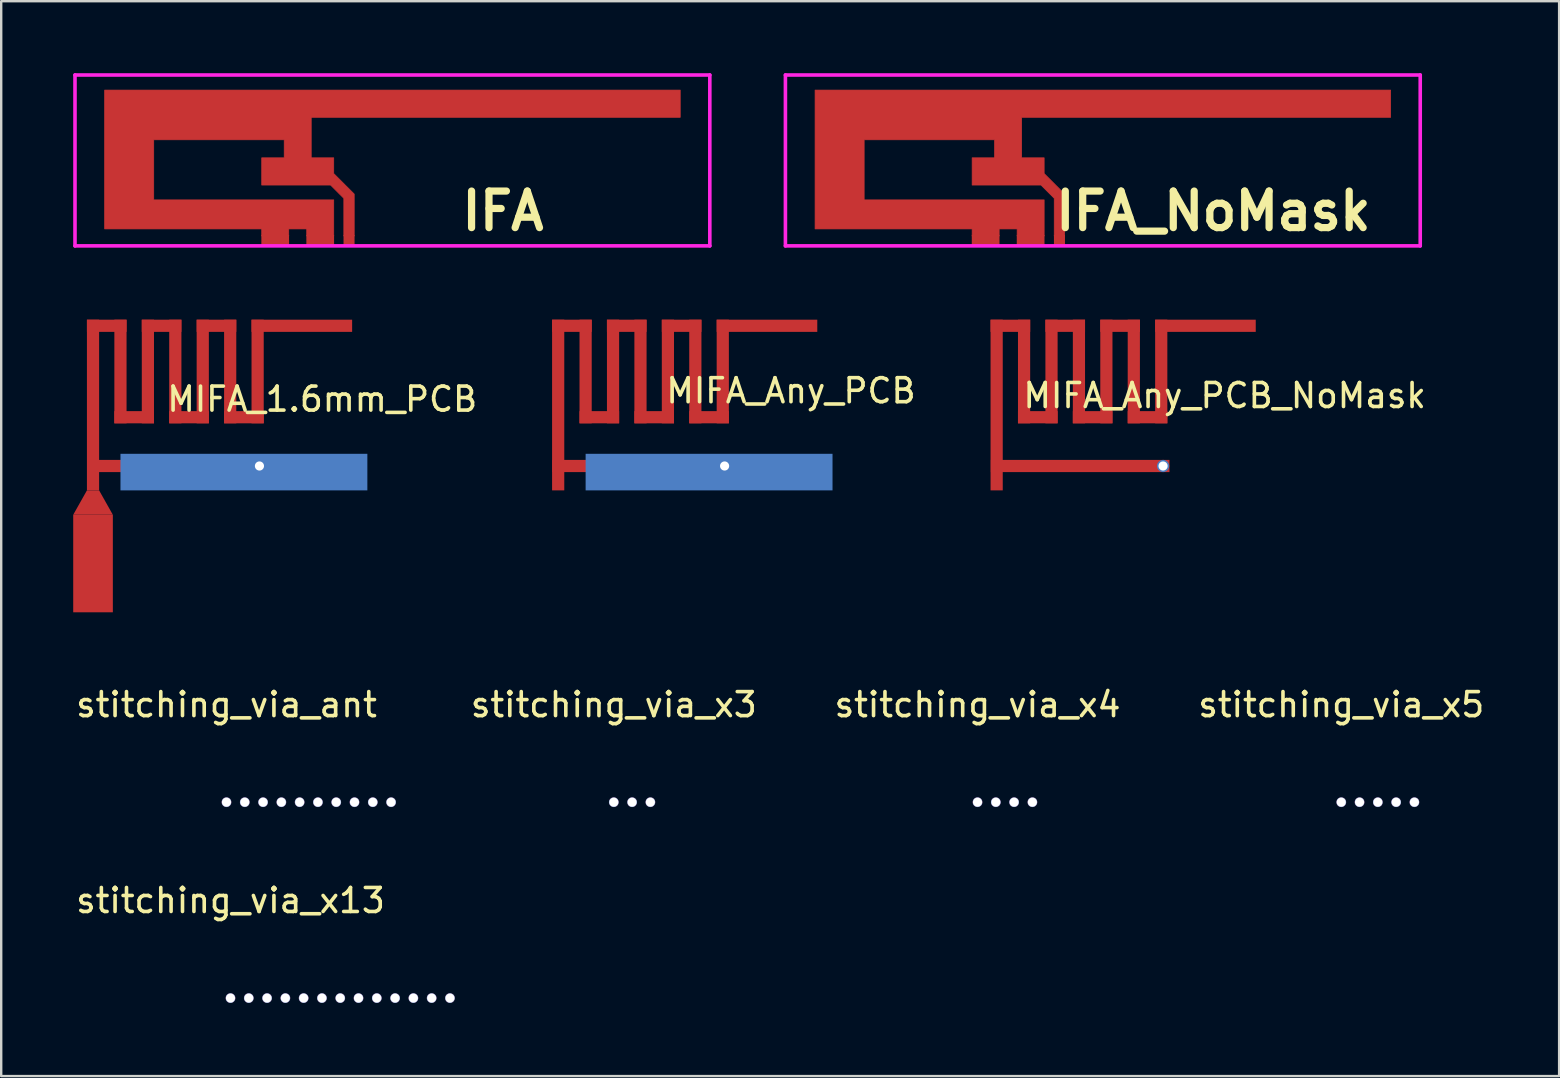
<source format=kicad_pcb>
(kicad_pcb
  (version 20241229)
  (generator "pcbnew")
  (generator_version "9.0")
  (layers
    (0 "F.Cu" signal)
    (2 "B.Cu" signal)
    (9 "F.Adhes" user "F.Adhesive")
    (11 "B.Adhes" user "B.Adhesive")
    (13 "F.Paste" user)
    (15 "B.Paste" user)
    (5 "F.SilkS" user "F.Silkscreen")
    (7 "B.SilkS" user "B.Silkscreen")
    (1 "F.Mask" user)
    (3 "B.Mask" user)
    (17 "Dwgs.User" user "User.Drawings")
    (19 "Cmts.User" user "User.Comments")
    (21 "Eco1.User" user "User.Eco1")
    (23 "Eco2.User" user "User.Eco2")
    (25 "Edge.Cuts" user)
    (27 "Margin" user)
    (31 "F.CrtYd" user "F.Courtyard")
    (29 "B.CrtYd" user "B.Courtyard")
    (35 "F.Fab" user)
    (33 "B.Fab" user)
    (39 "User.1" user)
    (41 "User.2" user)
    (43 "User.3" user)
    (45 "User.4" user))
  (footprint "stitching_via_x13"
    (layer "F.Cu")
    (at 6.554 38.536)
    (property "Reference" "stitching_via_x13" (at 0 -4.064 0) (layer "F.SilkS") (effects (font (size 1 1) (thickness 0.15))))
    (attr through_hole)
    (pad "1" thru_hole circle (at 0 0) (size 0.406 0.406) (drill 0.381) (layers "*.Cu" "*.Mask"))
    (pad "1" thru_hole circle (at 0.762 0) (size 0.406 0.406) (drill 0.381) (layers "*.Cu" "*.Mask"))
    (pad "1" thru_hole circle (at 1.524 0) (size 0.406 0.406) (drill 0.381) (layers "*.Cu" "*.Mask"))
    (pad "1" thru_hole circle (at 2.286 0) (size 0.406 0.406) (drill 0.381) (layers "*.Cu" "*.Mask"))
    (pad "1" thru_hole circle (at 3.048 0) (size 0.406 0.406) (drill 0.381) (layers "*.Cu" "*.Mask"))
    (pad "1" thru_hole circle (at 3.81 0) (size 0.406 0.406) (drill 0.381) (layers "*.Cu" "*.Mask"))
    (pad "1" thru_hole circle (at 4.572 0) (size 0.406 0.406) (drill 0.381) (layers "*.Cu" "*.Mask"))
    (pad "1" thru_hole circle (at 5.334 0) (size 0.406 0.406) (drill 0.381) (layers "*.Cu" "*.Mask"))
    (pad "1" thru_hole circle (at 6.096 0) (size 0.406 0.406) (drill 0.381) (layers "*.Cu" "*.Mask"))
    (pad "1" thru_hole circle (at 6.858 0) (size 0.406 0.406) (drill 0.381) (layers "*.Cu" "*.Mask"))
    (pad "1" thru_hole circle (at 7.62 0) (size 0.406 0.406) (drill 0.381) (layers "*.Cu" "*.Mask"))
    (pad "1" thru_hole circle (at 8.382 0) (size 0.406 0.406) (drill 0.381) (layers "*.Cu" "*.Mask"))
    (pad "1" thru_hole circle (at 9.144 0) (size 0.406 0.406) (drill 0.381) (layers "*.Cu" "*.Mask")))
  (footprint "MIFA_Any_PCB"
    (layer "F.Cu")
    (at 20.207 17.382)
    (property "Reference" "MIFA_Any_PCB" (at 9.7 -4.15 180) (layer "F.SilkS") (effects (font (size 1 1) (thickness 0.15))))
    (attr through_hole)
    (pad "1" smd rect (at 0 -3.556) (size 0.508 7.112) (layers "F.Cu" "F.Mask"))
    (pad "1" smd rect (at 0.572 -6.858) (size 1.651 0.508) (layers "F.Cu" "F.Mask"))
    (pad "1" smd rect (at 1.143 -4.953) (size 0.508 4.318) (layers "F.Cu" "F.Mask"))
    (pad "1" smd rect (at 1.714 -3.048) (size 1.651 0.508) (layers "F.Cu" "F.Mask"))
    (pad "1" smd rect (at 2.286 -4.953) (size 0.508 4.318) (layers "F.Cu" "F.Mask"))
    (pad "1" smd rect (at 2.857 -6.858) (size 1.651 0.508) (layers "F.Cu" "F.Mask"))
    (pad "1" smd rect (at 3.429 -4.953) (size 0.508 4.318) (layers "F.Cu" "F.Mask"))
    (pad "1" smd rect (at 3.48 -1.016) (size 7.442 0.508) (layers "F.Cu" "F.Mask"))
    (pad "1" smd rect (at 4 -3.048) (size 1.651 0.508) (layers "F.Cu" "F.Mask"))
    (pad "1" smd rect (at 4.572 -4.953) (size 0.508 4.318) (layers "F.Cu" "F.Mask"))
    (pad "1" smd rect (at 5.144 -6.858) (size 1.651 0.508) (layers "F.Cu" "F.Mask"))
    (pad "1" smd rect (at 5.715 -4.953) (size 0.508 4.318) (layers "F.Cu" "F.Mask"))
    (pad "1" smd rect (at 6.287 -3.048) (size 1.651 0.508) (layers "F.Cu" "F.Mask"))
    (pad "1" smd rect (at 6.858 -4.953) (size 0.508 4.318) (layers "F.Cu" "F.Mask"))
    (pad "1" smd rect (at 8.7 -6.858) (size 4.191 0.508) (layers "F.Cu" "F.Mask"))
    (pad "2" smd rect (at 6.287 -0.762) (size 10.287 1.524) (layers "B.Cu"))
    (pad "2" thru_hole circle (at 6.934 -1.016) (size 0.508 0.508) (drill 0.381) (layers "*.Cu" "*.Mask")))
  (footprint "stitching_via_x3"
    (layer "F.Cu")
    (at 22.525 30.374)
    (property "Reference" "stitching_via_x3" (at 0 -4.064 0) (layer "F.SilkS") (effects (font (size 1 1) (thickness 0.15))))
    (attr through_hole)
    (pad "1" thru_hole circle (at 0 0) (size 0.406 0.406) (drill 0.381) (layers "*.Cu" "*.Mask"))
    (pad "1" thru_hole circle (at 0.762 0) (size 0.406 0.406) (drill 0.381) (layers "*.Cu" "*.Mask"))
    (pad "1" thru_hole circle (at 1.524 0) (size 0.406 0.406) (drill 0.381) (layers "*.Cu" "*.Mask")))
  (footprint "MIFA_Any_PCB_NoMask"
    (layer "F.Cu")
    (at 38.476 17.382)
    (property "Reference" "MIFA_Any_PCB_NoMask" (at 9.5 -3.95 0) (layer "F.SilkS") (effects (font (size 1 1) (thickness 0.15))))
    (attr through_hole)
    (pad "1" smd rect (at 0 -3.556) (size 0.508 7.112) (layers "F.Cu" "F.Mask"))
    (pad "1" smd rect (at 0.572 -6.858) (size 1.651 0.508) (layers "F.Cu" "F.Mask"))
    (pad "1" smd rect (at 1.143 -4.953) (size 0.508 4.318) (layers "F.Cu" "F.Mask"))
    (pad "1" smd rect (at 1.714 -3.048) (size 1.651 0.508) (layers "F.Cu" "F.Mask"))
    (pad "1" smd rect (at 2.286 -4.953) (size 0.508 4.318) (layers "F.Cu" "F.Mask"))
    (pad "1" smd rect (at 2.857 -6.858) (size 1.651 0.508) (layers "F.Cu" "F.Mask"))
    (pad "1" smd rect (at 3.429 -4.953) (size 0.508 4.318) (layers "F.Cu" "F.Mask"))
    (pad "1" smd rect (at 3.48 -1.016) (size 7.442 0.508) (layers "F.Cu" "F.Mask"))
    (pad "1" smd rect (at 4 -3.048) (size 1.651 0.508) (layers "F.Cu" "F.Mask"))
    (pad "1" smd rect (at 4.572 -4.953) (size 0.508 4.318) (layers "F.Cu" "F.Mask"))
    (pad "1" smd rect (at 5.144 -6.858) (size 1.651 0.508) (layers "F.Cu" "F.Mask"))
    (pad "1" smd rect (at 5.715 -4.953) (size 0.508 4.318) (layers "F.Cu" "F.Mask"))
    (pad "1" smd rect (at 6.287 -3.048) (size 1.651 0.508) (layers "F.Cu" "F.Mask"))
    (pad "1" smd rect (at 6.858 -4.953) (size 0.508 4.318) (layers "F.Cu" "F.Mask"))
    (pad "1" smd rect (at 8.7 -6.858) (size 4.191 0.508) (layers "F.Cu" "F.Mask"))
    (pad "2" thru_hole circle (at 6.934 -1.016) (size 0.508 0.508) (drill 0.381) (layers "*.Cu")))
  (footprint "stitching_via_ant"
    (layer "F.Cu")
    (at 6.387 30.374)
    (property "Reference" "stitching_via_ant" (at 0 -4.064 0) (layer "F.SilkS") (effects (font (size 1 1) (thickness 0.15))))
    (attr through_hole)
    (pad "1" thru_hole circle (at 0 0) (size 0.406 0.406) (drill 0.381) (layers "*.Cu" "*.Mask"))
    (pad "1" thru_hole circle (at 0.762 0) (size 0.406 0.406) (drill 0.381) (layers "*.Cu" "*.Mask"))
    (pad "1" thru_hole circle (at 1.524 0) (size 0.406 0.406) (drill 0.381) (layers "*.Cu" "*.Mask"))
    (pad "1" thru_hole circle (at 2.286 0) (size 0.406 0.406) (drill 0.381) (layers "*.Cu" "*.Mask"))
    (pad "1" thru_hole circle (at 3.048 0) (size 0.406 0.406) (drill 0.381) (layers "*.Cu" "*.Mask"))
    (pad "1" thru_hole circle (at 3.81 0) (size 0.406 0.406) (drill 0.381) (layers "*.Cu" "*.Mask"))
    (pad "1" thru_hole circle (at 4.572 0) (size 0.406 0.406) (drill 0.381) (layers "*.Cu" "*.Mask"))
    (pad "1" thru_hole circle (at 5.334 0) (size 0.406 0.406) (drill 0.381) (layers "*.Cu" "*.Mask"))
    (pad "1" thru_hole circle (at 6.096 0) (size 0.406 0.406) (drill 0.381) (layers "*.Cu" "*.Mask"))
    (pad "1" thru_hole circle (at 6.858 0) (size 0.406 0.406) (drill 0.381) (layers "*.Cu" "*.Mask")))
  (footprint "stitching_via_x5"
    (layer "F.Cu")
    (at 52.835 30.374)
    (property "Reference" "stitching_via_x5" (at 0 -4.064 0) (layer "F.SilkS") (effects (font (size 1 1) (thickness 0.15))))
    (attr through_hole)
    (pad "1" thru_hole circle (at 0 0) (size 0.406 0.406) (drill 0.381) (layers "*.Cu" "*.Mask"))
    (pad "1" thru_hole circle (at 0.762 0) (size 0.406 0.406) (drill 0.381) (layers "*.Cu" "*.Mask"))
    (pad "1" thru_hole circle (at 1.524 0) (size 0.406 0.406) (drill 0.381) (layers "*.Cu" "*.Mask"))
    (pad "1" thru_hole circle (at 2.286 0) (size 0.406 0.406) (drill 0.381) (layers "*.Cu" "*.Mask"))
    (pad "1" thru_hole circle (at 3.048 0) (size 0.406 0.406) (drill 0.381) (layers "*.Cu" "*.Mask")))
  (footprint "MIFA_1.6mm_PCB"
    (layer "F.Cu")
    (at 0.826 17.382)
    (property "Reference" "MIFA_1.6mm_PCB" (at 9.55 -3.8 0) (layer "F.SilkS") (effects (font (size 1 1) (thickness 0.15))))
    (attr through_hole)
    (pad "1" smd rect (at 0 -3.556) (size 0.508 7.112) (layers "F.Cu" "F.Mask"))
    (pad "1" smd rect (at 0 3.048) (size 1.651 4.064) (layers "F.Cu" "F.Mask"))
    (pad "1" smd rect (at 0.572 -6.858) (size 1.651 0.508) (layers "F.Cu" "F.Mask"))
    (pad "1" smd rect (at 1.143 -4.953) (size 0.508 4.318) (layers "F.Cu" "F.Mask"))
    (pad "1" smd rect (at 1.714 -3.048) (size 1.651 0.508) (layers "F.Cu" "F.Mask"))
    (pad "1" smd rect (at 2.286 -4.953) (size 0.508 4.318) (layers "F.Cu" "F.Mask"))
    (pad "1" smd rect (at 2.857 -6.858) (size 1.651 0.508) (layers "F.Cu" "F.Mask"))
    (pad "1" smd rect (at 3.429 -4.953) (size 0.508 4.318) (layers "F.Cu" "F.Mask"))
    (pad "1" smd rect (at 3.48 -1.016) (size 7.442 0.508) (layers "F.Cu" "F.Mask"))
    (pad "1" smd rect (at 4 -3.048) (size 1.651 0.508) (layers "F.Cu" "F.Mask"))
    (pad "1" smd rect (at 4.572 -4.953) (size 0.508 4.318) (layers "F.Cu" "F.Mask"))
    (pad "1" smd rect (at 5.144 -6.858) (size 1.651 0.508) (layers "F.Cu" "F.Mask"))
    (pad "1" smd rect (at 5.715 -4.953) (size 0.508 4.318) (layers "F.Cu" "F.Mask"))
    (pad "1" smd rect (at 6.287 -3.048) (size 1.651 0.508) (layers "F.Cu" "F.Mask"))
    (pad "1" smd rect (at 6.858 -4.953) (size 0.508 4.318) (layers "F.Cu" "F.Mask"))
    (pad "1" smd rect (at 8.7 -6.858) (size 4.191 0.508) (layers "F.Cu" "F.Mask"))
    (pad "2" smd trapezoid (at 0 0.508) (size 1.079 1.016) (rect_delta 0 0.572) (layers "F.Cu" "F.Mask"))
    (pad "2" smd rect (at 6.287 -0.762) (size 10.287 1.524) (layers "B.Cu"))
    (pad "2" thru_hole circle (at 6.934 -1.016) (size 0.508 0.508) (drill 0.381) (layers "*.Cu" "*.Mask")))
  (footprint "stitching_via_x4"
    (layer "F.Cu")
    (at 37.68 30.374)
    (property "Reference" "stitching_via_x4" (at 0 -4.064 0) (layer "F.SilkS") (effects (font (size 1 1) (thickness 0.15))))
    (attr through_hole)
    (pad "1" thru_hole circle (at 0 0) (size 0.406 0.406) (drill 0.381) (layers "*.Cu" "*.Mask"))
    (pad "1" thru_hole circle (at 0.762 0) (size 0.406 0.406) (drill 0.381) (layers "*.Cu" "*.Mask"))
    (pad "1" thru_hole circle (at 1.524 0) (size 0.406 0.406) (drill 0.381) (layers "*.Cu" "*.Mask"))
    (pad "1" thru_hole circle (at 2.286 0) (size 0.406 0.406) (drill 0.381) (layers "*.Cu" "*.Mask")))
  (footprint "IFA_NoMask"
    (layer "F.Cu")
    (at 41.09 3.734)
    (property "Reference" "IFA_NoMask" (at 6.415 2.011 0) (layer "F.SilkS") (effects (font (size 1.524 1.524) (thickness 0.3))))
    (attr through_hole)
    (fp_poly (pts (xy -0.635 3.047) (xy -1.76 3.047) (xy -1.76 2.754) (xy -2.51 2.754) (xy -2.51 3.047) (xy -3.635 3.047) (xy -3.635 2.754) (xy -10.179 2.754) (xy -10.179 -3.031) (xy 13.802 -3.031) (xy 13.802 -1.896) (xy -1.573 -1.896) (xy -1.573 -0.209) (xy -0.635 -0.209) (xy -0.635 0.447) (xy 0.218 1.301) (xy 0.218 3.047) (xy -0.214 3.047) (xy -0.214 1.479) (xy -0.767 0.926) (xy -3.635 0.926) (xy -3.635 -0.209) (xy -2.698 -0.209) (xy -2.698 -0.959) (xy -8.135 -0.959) (xy -8.135 1.544) (xy -0.635 1.544) (xy -0.635 3.047)) (stroke (width 0.03) (type solid)) (fill yes) (layer "F.Cu"))
    (fp_poly (pts (xy -0.635 3.047) (xy -1.76 3.047) (xy -1.76 2.754) (xy -2.51 2.754) (xy -2.51 3.047) (xy -3.635 3.047) (xy -3.635 2.754) (xy -10.179 2.754) (xy -10.179 -3.031) (xy 13.802 -3.031) (xy 13.802 -1.896) (xy -1.573 -1.896) (xy -1.573 -0.209) (xy -0.635 -0.209) (xy -0.635 0.447) (xy 0.218 1.301) (xy 0.218 3.047) (xy -0.214 3.047) (xy -0.214 1.479) (xy -0.767 0.926) (xy -3.635 0.926) (xy -3.635 -0.209) (xy -2.698 -0.209) (xy -2.698 -0.959) (xy -8.135 -0.959) (xy -8.135 1.544) (xy -0.635 1.544) (xy -0.635 3.047)) (stroke (width 0.03) (type solid)) (fill yes) (layer "F.Mask"))
    (fp_line (start -11.415 -3.659) (end 15.035 -3.659) (stroke (width 0.15) (type solid)) (layer "F.CrtYd"))
    (fp_line (start -11.415 3.461) (end -11.415 -3.659) (stroke (width 0.15) (type solid)) (layer "F.CrtYd"))
    (fp_line (start 15.035 -3.659) (end 15.035 3.461) (stroke (width 0.15) (type solid)) (layer "F.CrtYd"))
    (fp_line (start 15.035 3.461) (end -11.415 3.461) (stroke (width 0.15) (type solid)) (layer "F.CrtYd"))
    (pad "1" smd rect (at 0.003 3.231) (size 0.46 0.45) (layers "F.Cu" "F.Mask"))
    (pad "2" smd rect (at -3.073 3.23) (size 1.155 0.45) (layers "F.Cu" "F.Mask"))
    (pad "2" smd rect (at -1.198 3.23) (size 1.155 0.45) (layers "F.Cu" "F.Mask")))
  (footprint "IFA"
    (layer "F.Cu")
    (at 11.49 3.734)
    (property "Reference" "IFA" (at 6.415 2.011 0) (layer "F.SilkS") (effects (font (size 1.524 1.524) (thickness 0.3))))
    (attr through_hole)
    (fp_poly (pts (xy -0.635 3.047) (xy -1.76 3.047) (xy -1.76 2.754) (xy -2.51 2.754) (xy -2.51 3.047) (xy -3.635 3.047) (xy -3.635 2.754) (xy -10.179 2.754) (xy -10.179 -3.031) (xy 13.802 -3.031) (xy 13.802 -1.896) (xy -1.573 -1.896) (xy -1.573 -0.209) (xy -0.635 -0.209) (xy -0.635 0.447) (xy 0.218 1.301) (xy 0.218 3.047) (xy -0.214 3.047) (xy -0.214 1.479) (xy -0.767 0.926) (xy -3.635 0.926) (xy -3.635 -0.209) (xy -2.698 -0.209) (xy -2.698 -0.959) (xy -8.135 -0.959) (xy -8.135 1.544) (xy -0.635 1.544) (xy -0.635 3.047)) (stroke (width 0.03) (type solid)) (fill yes) (layer "F.Cu"))
    (fp_line (start -11.415 -3.659) (end 15.035 -3.659) (stroke (width 0.15) (type solid)) (layer "F.CrtYd"))
    (fp_line (start -11.415 3.461) (end -11.415 -3.659) (stroke (width 0.15) (type solid)) (layer "F.CrtYd"))
    (fp_line (start 15.035 -3.659) (end 15.035 3.461) (stroke (width 0.15) (type solid)) (layer "F.CrtYd"))
    (fp_line (start 15.035 3.461) (end -11.415 3.461) (stroke (width 0.15) (type solid)) (layer "F.CrtYd"))
    (pad "1" smd rect (at 0.003 3.231) (size 0.46 0.45) (layers "F.Cu" "F.Mask"))
    (pad "2" smd rect (at -3.073 3.23) (size 1.155 0.45) (layers "F.Cu" "F.Mask"))
    (pad "2" smd rect (at -1.198 3.23) (size 1.155 0.45) (layers "F.Cu" "F.Mask")))
  (gr_rect
    (start -3 -3)
    (end 61.912 41.786)
    (stroke (width 0.1) (type default))
    (fill no)
    (layer "Edge.Cuts")))
</source>
